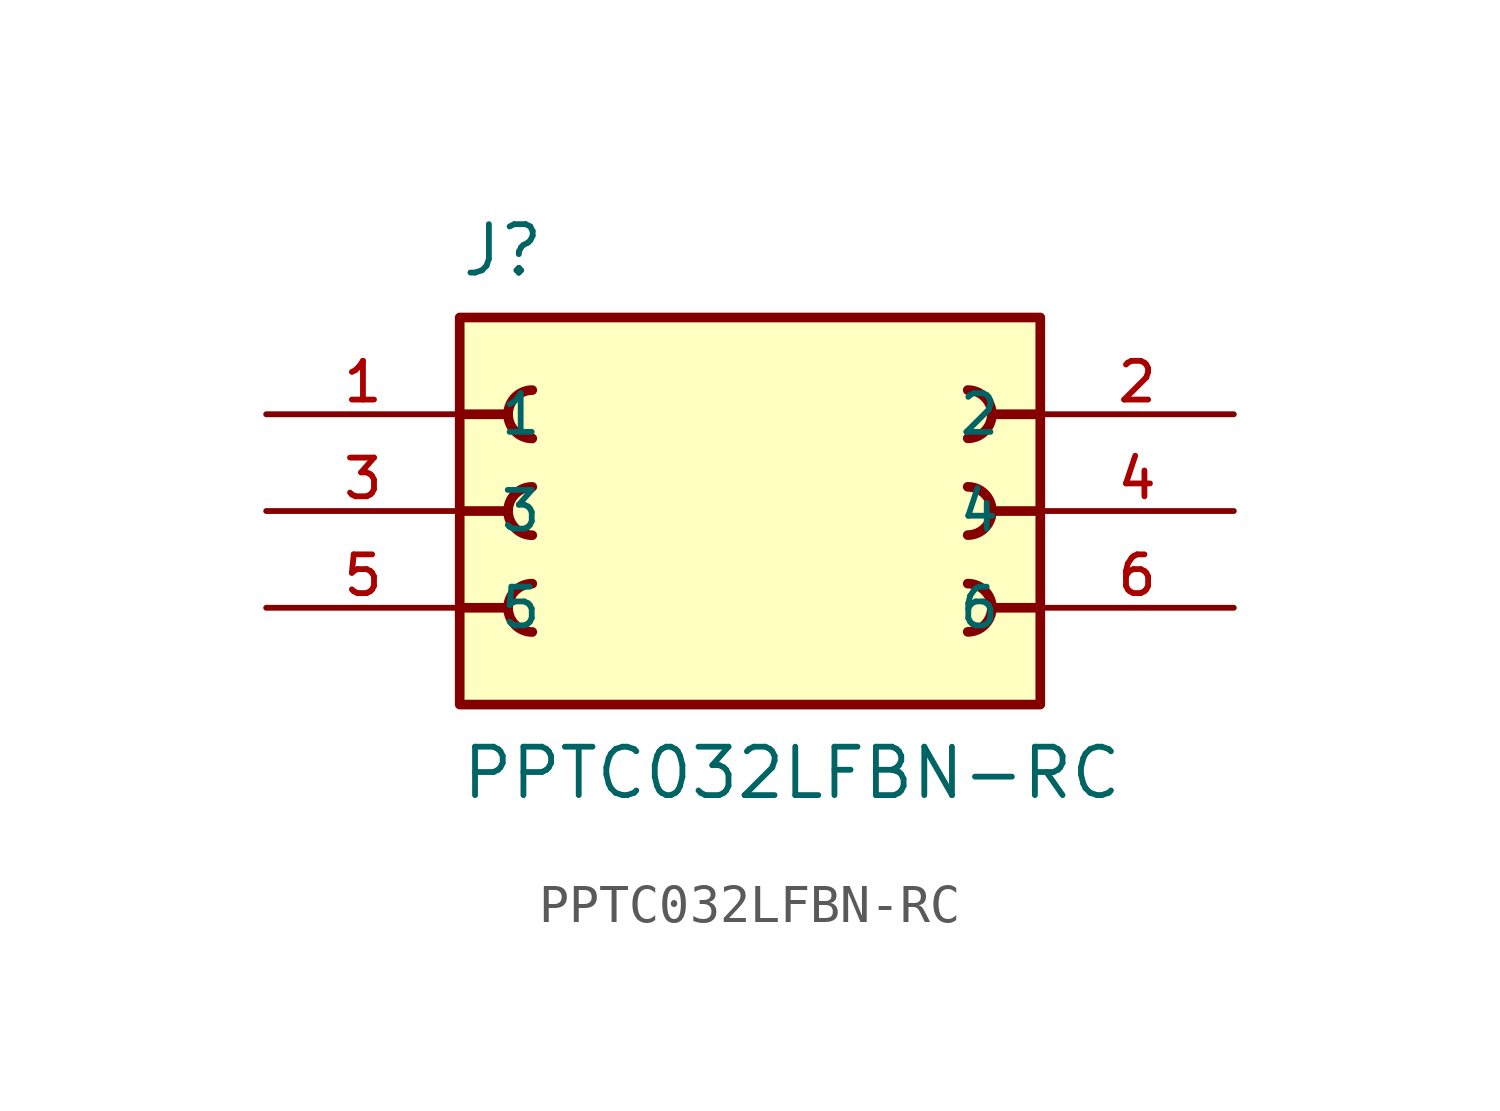
<source format=kicad_sym>
(kicad_symbol_lib
  (version 20211014)
  (generator kicad_symbol_editor)
  (symbol "PPTC032LFBN-RC"
    (pin_names
      (offset 1.016))
    (property "Reference" "J"
      (at -7.62 6.096 0)
      (effects (font (size 1.27 1.27)) (justify bottom left)))
    (property "Value" "PPTC032LFBN-RC"
      (at -7.62 -7.62 0)
      (effects (font (size 1.27 1.27)) (justify bottom left)))
    (symbol "PPTC032LFBN-RC_0_0"
      (polyline (pts (xy 7.62 2.54) (xy 6.35 2.54)) (stroke (width 0.254)))
      (arc (start 5.715 1.905) (mid 6.35 2.54) (end 5.715 3.175) (stroke (width 0.254) (type default) (color 0 0 0 0)) (fill (type none)))
      (polyline (pts (xy -7.62 2.54) (xy -6.35 2.54)) (stroke (width 0.254)))
      (arc (start -5.715 3.175) (mid -6.35 2.54) (end -5.715 1.905) (stroke (width 0.254) (type default) (color 0 0 0 0)) (fill (type none)))
      (polyline (pts (xy 7.62 0.0) (xy 6.35 0.0)) (stroke (width 0.254)))
      (arc (start 5.715 -0.635) (mid 6.35 0.0) (end 5.715 0.635) (stroke (width 0.254) (type default) (color 0 0 0 0)) (fill (type none)))
      (polyline (pts (xy -7.62 0.0) (xy -6.35 0.0)) (stroke (width 0.254)))
      (arc (start -5.715 0.635) (mid -6.35 -0.0) (end -5.715 -0.635) (stroke (width 0.254) (type default) (color 0 0 0 0)) (fill (type none)))
      (polyline (pts (xy 7.62 -2.54) (xy 6.35 -2.54)) (stroke (width 0.254)))
      (arc (start 5.715 -3.175) (mid 6.35 -2.54) (end 5.715 -1.905) (stroke (width 0.254) (type default) (color 0 0 0 0)) (fill (type none)))
      (polyline (pts (xy -7.62 -2.54) (xy -6.35 -2.54)) (stroke (width 0.254)))
      (arc (start -5.715 -1.905) (mid -6.35 -2.54) (end -5.715 -3.175) (stroke (width 0.254) (type default) (color 0 0 0 0)) (fill (type none)))
      (rectangle (start -7.62 -5.08) (end 7.62 5.08) (stroke (width 0.254)) (fill (type background)))
      (pin passive line (at -12.7 2.54 0) (length 5.08) (name "1" (effects (font (size 1.016 1.016)))) (number "1" (effects (font (size 1.016 1.016)))))
      (pin passive line (at 12.7 2.54 180.0) (length 5.08) (name "2" (effects (font (size 1.016 1.016)))) (number "2" (effects (font (size 1.016 1.016)))))
      (pin passive line (at -12.7 0.0 0) (length 5.08) (name "3" (effects (font (size 1.016 1.016)))) (number "3" (effects (font (size 1.016 1.016)))))
      (pin passive line (at 12.7 0.0 180.0) (length 5.08) (name "4" (effects (font (size 1.016 1.016)))) (number "4" (effects (font (size 1.016 1.016)))))
      (pin passive line (at -12.7 -2.54 0) (length 5.08) (name "5" (effects (font (size 1.016 1.016)))) (number "5" (effects (font (size 1.016 1.016)))))
      (pin passive line (at 12.7 -2.54 180.0) (length 5.08) (name "6" (effects (font (size 1.016 1.016)))) (number "6" (effects (font (size 1.016 1.016))))))))
</source>
